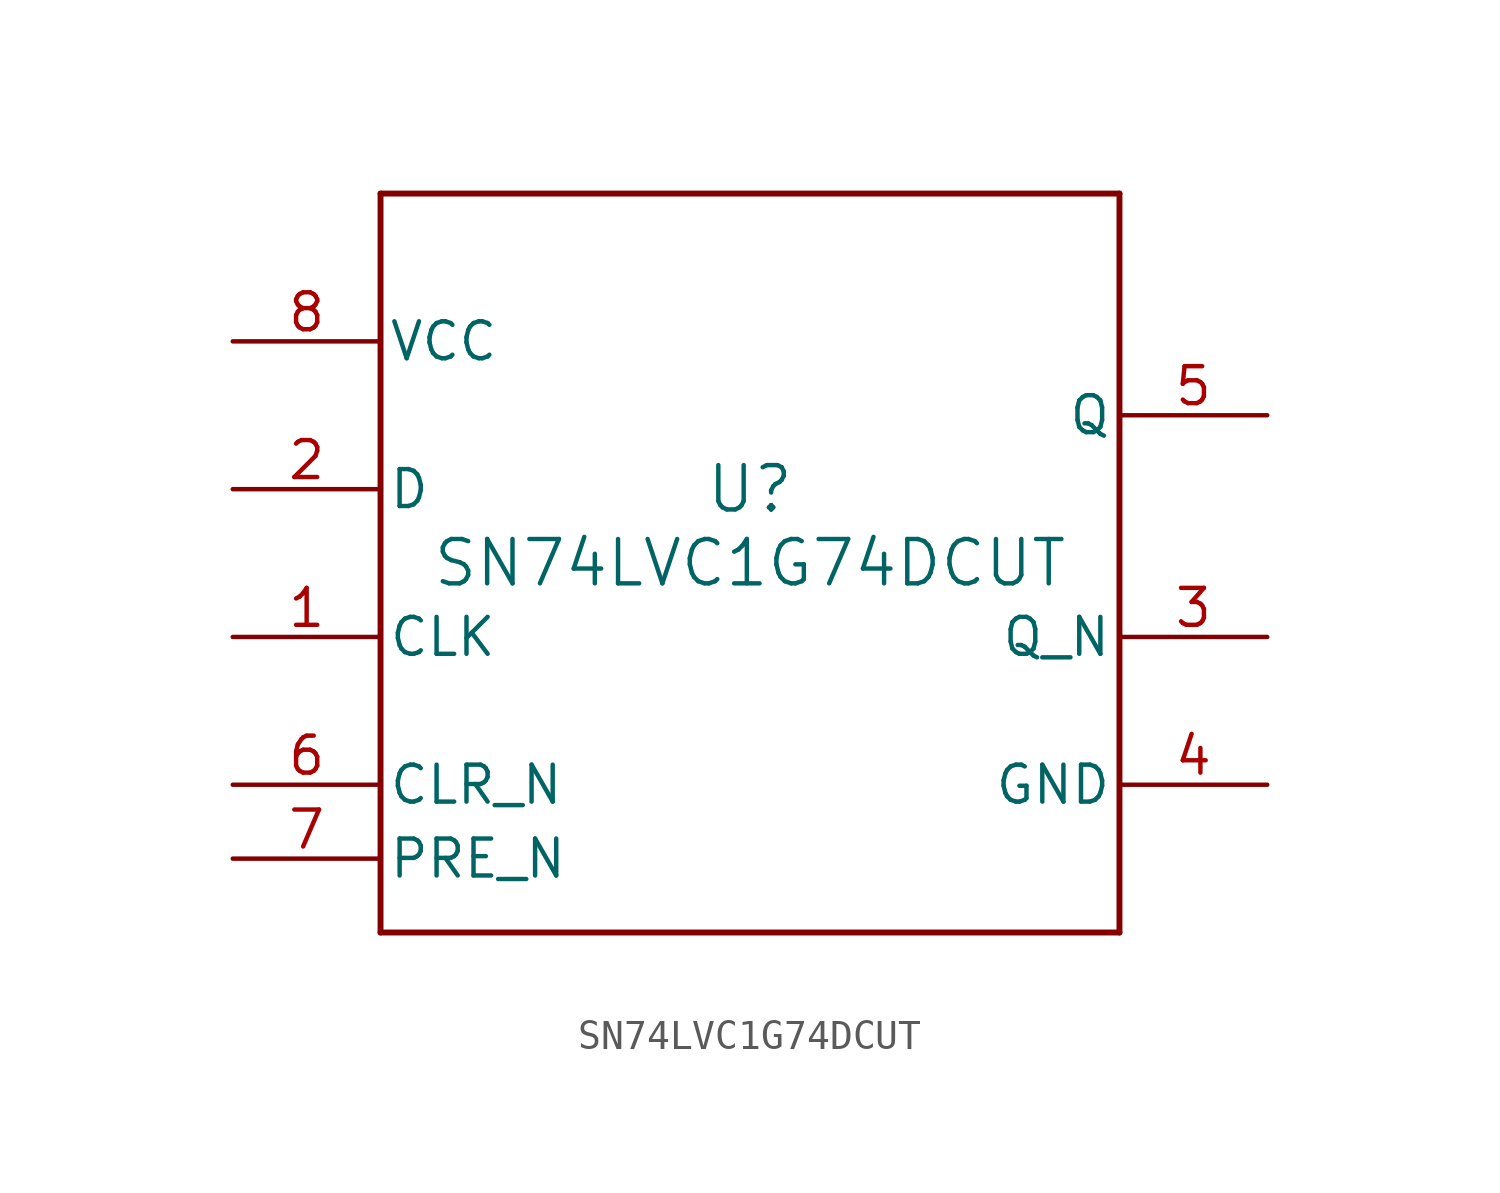
<source format=kicad_sym>
(kicad_symbol_lib
  (version 20211014)
  (generator kicad_symbol_editor)
  (symbol "SN74LVC1G74DCUT"
    (pin_names
      (offset 0.254))
    (property "Reference" "U"
      (at 0 2.54 0)
      (effects (font (size 1.524 1.524))))
    (property "Value" "SN74LVC1G74DCUT"
      (at 0 0 0)
      (effects (font (size 1.524 1.524))))
    (symbol "SN74LVC1G74DCUT_0_1"
      (polyline (pts (xy -12.7 -12.7) (xy 12.7 -12.7)) (stroke (width 0.203) (type default) (color 0 0 0 0)) (fill (type none)))
      (polyline (pts (xy 12.7 -12.7) (xy 12.7 12.7)) (stroke (width 0.203) (type default) (color 0 0 0 0)) (fill (type none)))
      (polyline (pts (xy 12.7 12.7) (xy -12.7 12.7)) (stroke (width 0.203) (type default) (color 0 0 0 0)) (fill (type none)))
      (polyline (pts (xy -12.7 12.7) (xy -12.7 -12.7)) (stroke (width 0.203) (type default) (color 0 0 0 0)) (fill (type none)))
      (pin input line (at -17.78 -2.54 0) (length 5.08) (name "CLK" (effects (font (size 1.27 1.27)))) (number "1" (effects (font (size 1.27 1.27)))))
      (pin input line (at -17.78 2.54 0) (length 5.08) (name "D" (effects (font (size 1.27 1.27)))) (number "2" (effects (font (size 1.27 1.27)))))
      (pin output line (at 17.78 -2.54 180) (length 5.08) (name "Q_N" (effects (font (size 1.27 1.27)))) (number "3" (effects (font (size 1.27 1.27)))))
      (pin power_in line (at 17.78 -7.62 180) (length 5.08) (name "GND" (effects (font (size 1.27 1.27)))) (number "4" (effects (font (size 1.27 1.27)))))
      (pin output line (at 17.78 5.08 180) (length 5.08) (name "Q" (effects (font (size 1.27 1.27)))) (number "5" (effects (font (size 1.27 1.27)))))
      (pin input line (at -17.78 -7.62 0) (length 5.08) (name "CLR_N" (effects (font (size 1.27 1.27)))) (number "6" (effects (font (size 1.27 1.27)))))
      (pin input line (at -17.78 -10.16 0) (length 5.08) (name "PRE_N" (effects (font (size 1.27 1.27)))) (number "7" (effects (font (size 1.27 1.27)))))
      (pin power_in line (at -17.78 7.62 0) (length 5.08) (name "VCC" (effects (font (size 1.27 1.27)))) (number "8" (effects (font (size 1.27 1.27))))))))
</source>
